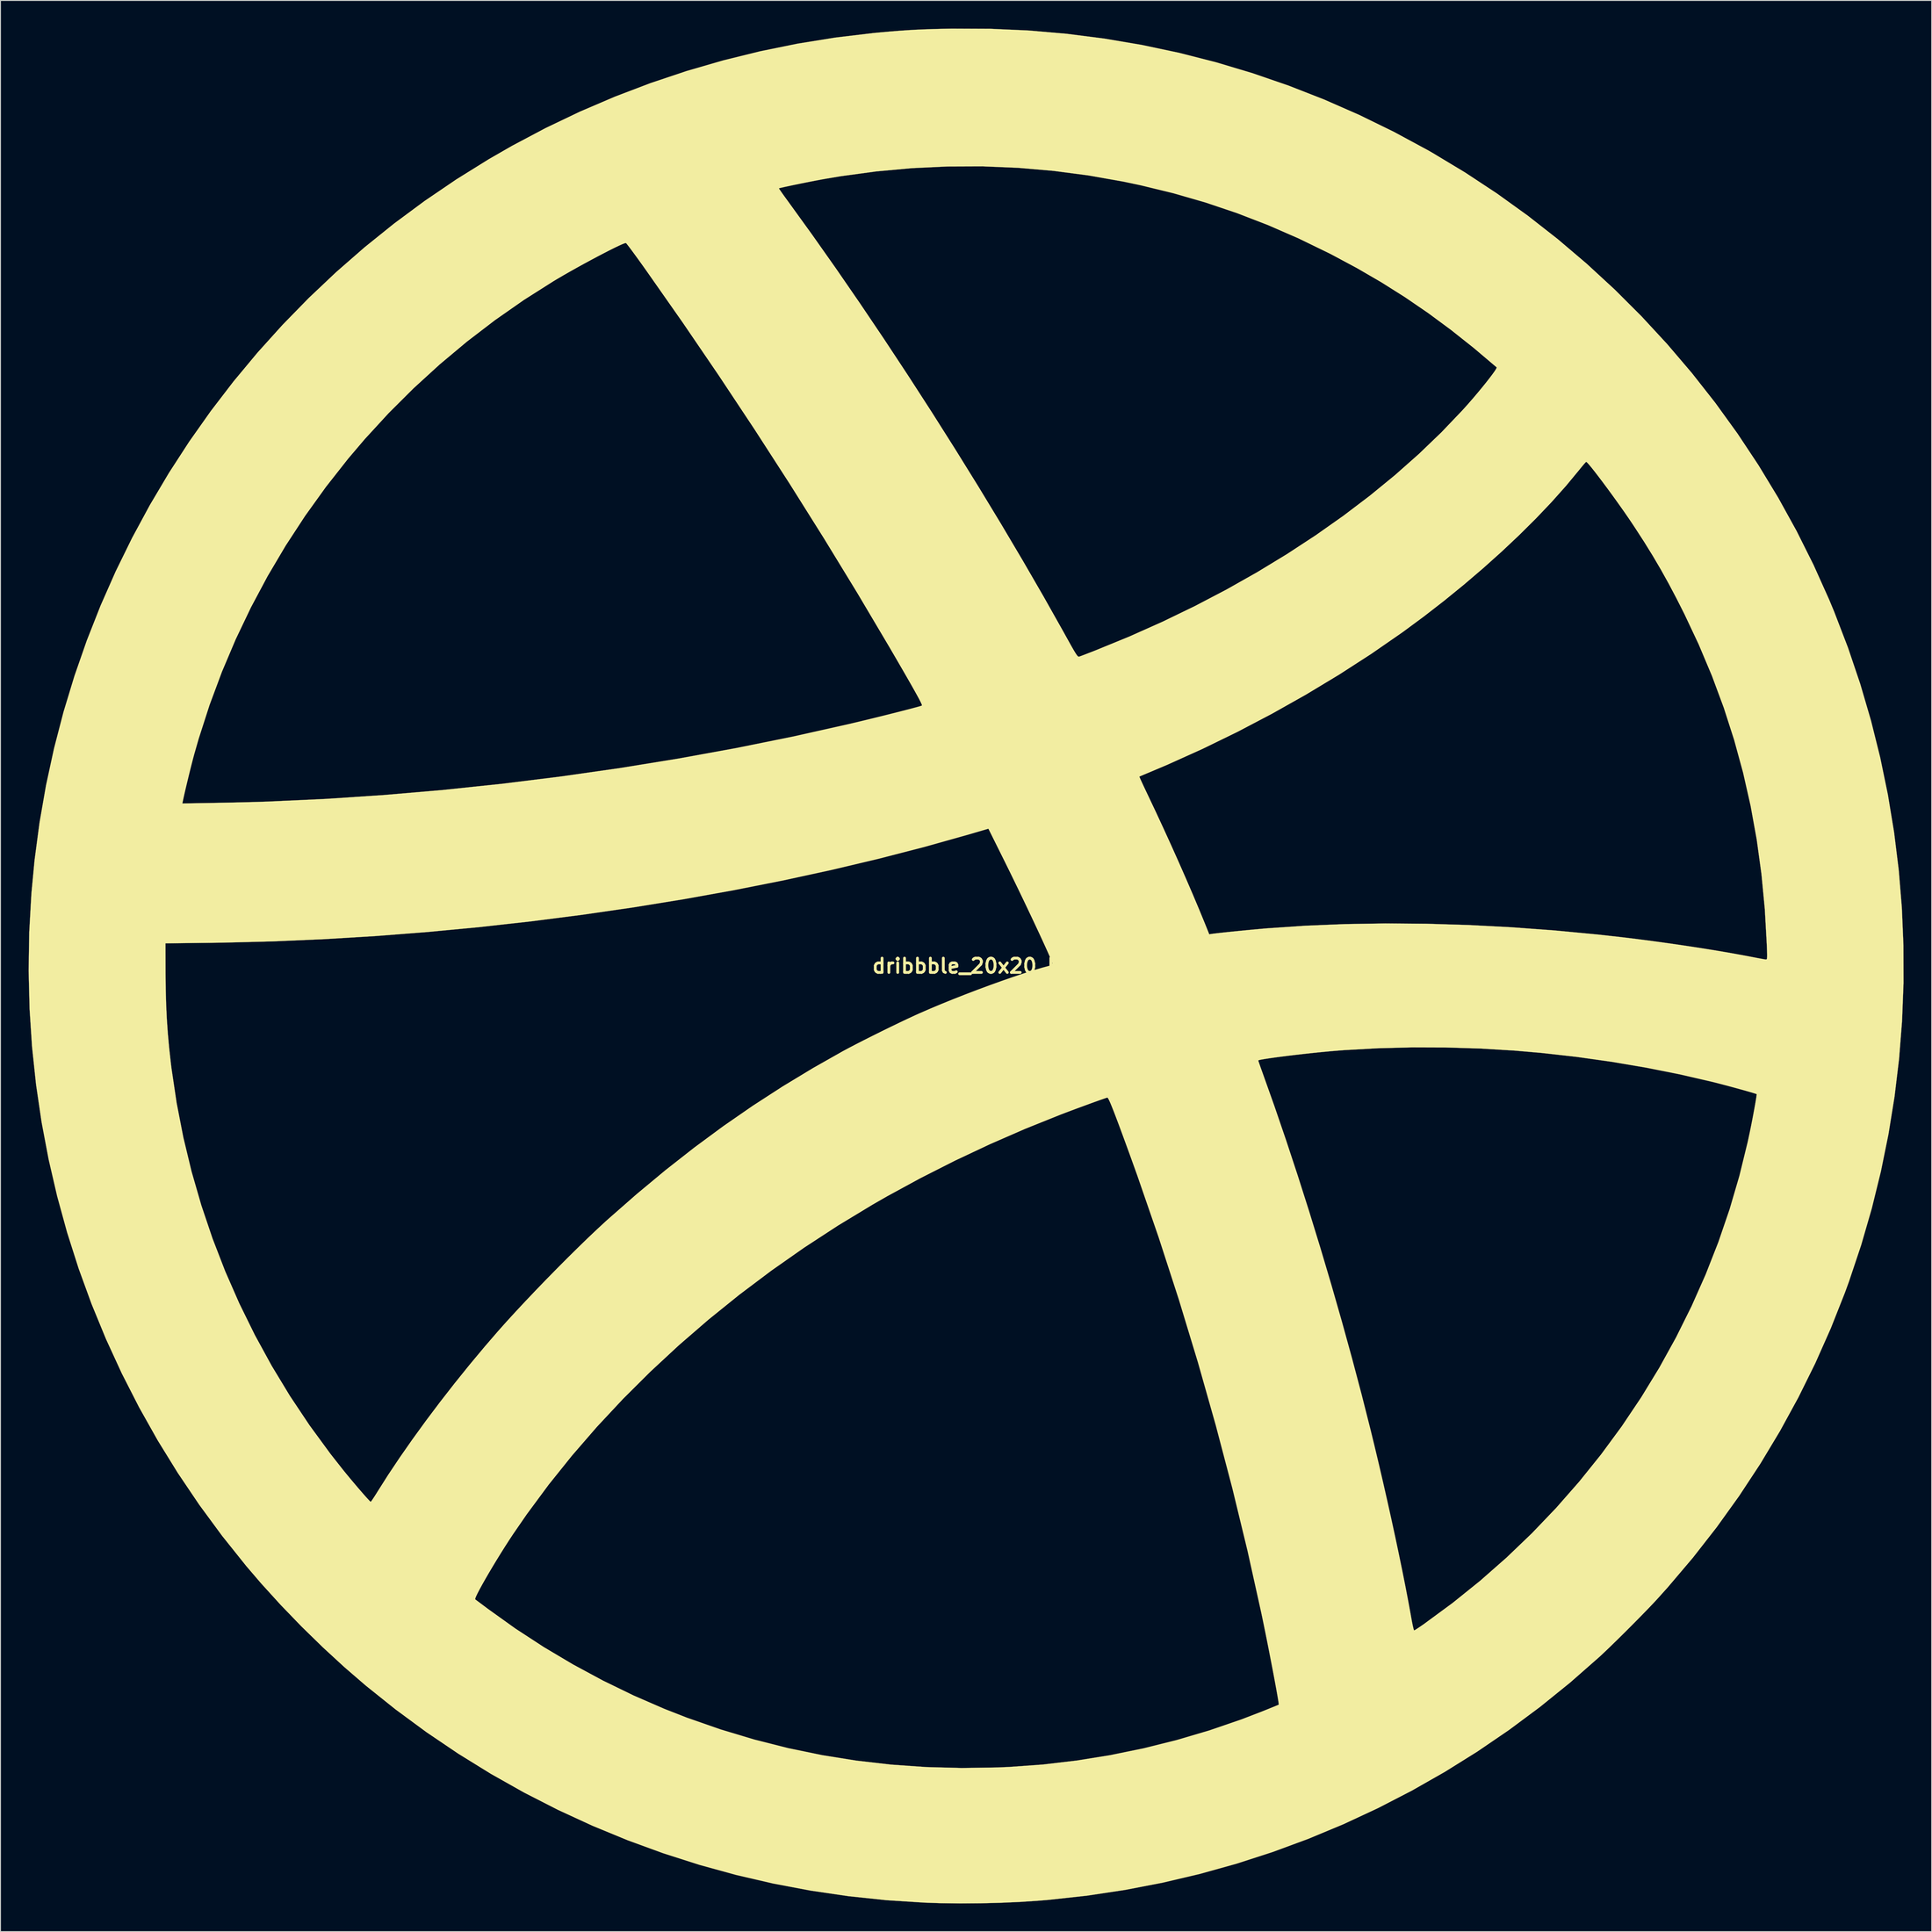
<source format=kicad_pcb>
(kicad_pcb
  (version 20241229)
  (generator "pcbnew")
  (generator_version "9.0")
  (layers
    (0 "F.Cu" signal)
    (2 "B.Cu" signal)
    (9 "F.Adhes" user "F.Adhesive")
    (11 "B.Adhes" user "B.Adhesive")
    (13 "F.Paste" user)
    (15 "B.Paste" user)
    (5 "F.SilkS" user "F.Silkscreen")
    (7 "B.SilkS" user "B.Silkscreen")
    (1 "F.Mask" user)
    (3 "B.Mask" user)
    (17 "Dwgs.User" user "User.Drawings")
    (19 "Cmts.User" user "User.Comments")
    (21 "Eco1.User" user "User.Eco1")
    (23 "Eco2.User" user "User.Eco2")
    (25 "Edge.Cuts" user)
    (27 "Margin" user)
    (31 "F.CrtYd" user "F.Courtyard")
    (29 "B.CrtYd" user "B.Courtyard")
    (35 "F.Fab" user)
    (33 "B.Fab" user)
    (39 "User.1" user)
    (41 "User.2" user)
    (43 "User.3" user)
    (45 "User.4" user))
  (footprint "dribbble_20x20_F"
    (layer "F.Cu")
    (at 99.984 99.968)
    (property "Reference" "dribbble_20x20_F" (at 0 0 0) (layer "F.SilkS") (effects (font (size 1.524 1.524) (thickness 0.3))))
    (attr through_hole)
    (fp_poly (pts (xy 2.571 -99.948) (xy 6.651 -99.766) (xy 10.711 -99.417) (xy 14.745 -98.902) (xy 18.751 -98.223) (xy 22.724 -97.381) (xy 26.659 -96.376) (xy 30.552 -95.21) (xy 34.399 -93.885) (xy 38.195 -92.4) (xy 41.935 -90.758) (xy 45.617 -88.959) (xy 49.234 -87.005) (xy 49.721 -86.728) (xy 53.211 -84.627) (xy 56.606 -82.389) (xy 59.903 -80.017) (xy 63.098 -77.516) (xy 66.187 -74.891) (xy 69.166 -72.145) (xy 72.031 -69.284) (xy 74.778 -66.312) (xy 77.403 -63.233) (xy 79.903 -60.053) (xy 82.272 -56.774) (xy 84.509 -53.402) (xy 86.607 -49.942) (xy 88.565 -46.397) (xy 90.377 -42.773) (xy 92.04 -39.073) (xy 92.583 -37.767) (xy 94.053 -33.94) (xy 95.361 -30.07) (xy 96.506 -26.161) (xy 97.489 -22.22) (xy 98.309 -18.249) (xy 98.967 -14.256) (xy 99.462 -10.244) (xy 99.795 -6.219) (xy 99.965 -2.185) (xy 99.972 1.851) (xy 99.816 5.886) (xy 99.498 9.913) (xy 99.016 13.929) (xy 98.371 17.927) (xy 97.563 21.903) (xy 96.591 25.853) (xy 95.456 29.77) (xy 94.158 33.65) (xy 93.724 34.84) (xy 92.222 38.635) (xy 90.566 42.363) (xy 88.757 46.02) (xy 86.798 49.603) (xy 84.692 53.107) (xy 82.44 56.528) (xy 80.045 59.864) (xy 77.511 63.108) (xy 74.838 66.259) (xy 73.703 67.522) (xy 73.269 67.989) (xy 72.734 68.549) (xy 72.123 69.178) (xy 71.458 69.854) (xy 70.763 70.554) (xy 70.062 71.253) (xy 69.376 71.929) (xy 68.73 72.559) (xy 68.147 73.119) (xy 67.65 73.586) (xy 67.522 73.703) (xy 64.406 76.437) (xy 61.199 79.029) (xy 57.904 81.478) (xy 54.525 83.783) (xy 51.066 85.942) (xy 47.531 87.954) (xy 43.923 89.817) (xy 40.246 91.529) (xy 36.504 93.088) (xy 32.7 94.493) (xy 28.839 95.743) (xy 24.923 96.835) (xy 20.958 97.769) (xy 16.946 98.542) (xy 12.891 99.153) (xy 8.797 99.6) (xy 7.705 99.691) (xy 5.725 99.821) (xy 3.636 99.913) (xy 1.495 99.966) (xy -0.643 99.98) (xy -2.721 99.953) (xy -4.403 99.897) (xy -8.494 99.635) (xy -12.557 99.206) (xy -16.588 98.613) (xy -20.582 97.858) (xy -24.534 96.941) (xy -28.441 95.865) (xy -32.298 94.631) (xy -36.101 93.242) (xy -39.847 91.698) (xy -43.529 90.001) (xy -47.145 88.153) (xy -50.691 86.155) (xy -54.161 84.01) (xy -57.551 81.718) (xy -60.858 79.282) (xy -64.008 76.762) (xy -66.311 74.775) (xy -68.614 72.656) (xy -70.882 70.441) (xy -73.081 68.163) (xy -73.636 67.553) (xy -52.354 67.553) (xy -52.266 67.618) (xy -52.064 67.769) (xy -51.772 67.987) (xy -51.41 68.258) (xy -51.002 68.564) (xy -50.968 68.589) (xy -48.061 70.67) (xy -45.037 72.642) (xy -41.917 74.495) (xy -38.72 76.219) (xy -35.464 77.802) (xy -32.171 79.235) (xy -29.76 80.177) (xy -26.186 81.422) (xy -22.598 82.501) (xy -18.991 83.415) (xy -15.36 84.165) (xy -11.7 84.751) (xy -8.005 85.175) (xy -4.269 85.437) (xy -0.488 85.537) (xy 3.344 85.478) (xy 4.614 85.424) (xy 8.184 85.166) (xy 11.771 84.746) (xy 15.358 84.169) (xy 18.927 83.438) (xy 22.461 82.556) (xy 25.941 81.529) (xy 29.35 80.359) (xy 31.369 79.584) (xy 31.906 79.37) (xy 32.388 79.175) (xy 32.794 79.011) (xy 33.102 78.885) (xy 33.292 78.805) (xy 33.343 78.782) (xy 33.34 78.689) (xy 33.307 78.445) (xy 33.246 78.067) (xy 33.16 77.57) (xy 33.052 76.969) (xy 32.925 76.281) (xy 32.783 75.52) (xy 32.627 74.703) (xy 32.461 73.845) (xy 32.289 72.961) (xy 32.112 72.068) (xy 31.934 71.181) (xy 31.758 70.316) (xy 31.587 69.487) (xy 31.485 69.003) (xy 30.014 62.37) (xy 28.393 55.692) (xy 26.628 48.987) (xy 24.726 42.279) (xy 22.693 35.587) (xy 20.533 28.933) (xy 18.254 22.336) (xy 17.437 20.066) (xy 17.002 18.875) (xy 16.621 17.836) (xy 16.289 16.941) (xy 16.003 16.183) (xy 15.762 15.553) (xy 15.56 15.044) (xy 15.397 14.648) (xy 15.267 14.358) (xy 15.169 14.165) (xy 15.099 14.061) (xy 15.058 14.039) (xy 14.9 14.086) (xy 14.607 14.185) (xy 14.2 14.328) (xy 13.701 14.506) (xy 13.134 14.712) (xy 12.52 14.937) (xy 11.882 15.172) (xy 11.242 15.411) (xy 10.622 15.644) (xy 10.075 15.853) (xy 6.306 17.366) (xy 2.536 19.011) (xy -1.198 20.769) (xy -4.861 22.625) (xy -8.416 24.559) (xy -9.971 25.451) (xy -13.669 27.69) (xy -17.273 30.041) (xy -20.777 32.498) (xy -24.176 35.055) (xy -27.463 37.707) (xy -30.633 40.449) (xy -33.68 43.276) (xy -36.597 46.181) (xy -39.38 49.16) (xy -42.021 52.207) (xy -44.517 55.317) (xy -46.859 58.484) (xy -48.303 60.58) (xy -48.735 61.234) (xy -49.178 61.923) (xy -49.624 62.632) (xy -50.065 63.346) (xy -50.491 64.05) (xy -50.894 64.73) (xy -51.266 65.37) (xy -51.597 65.956) (xy -51.88 66.473) (xy -52.106 66.906) (xy -52.266 67.24) (xy -52.351 67.461) (xy -52.354 67.553) (xy -73.636 67.553) (xy -75.176 65.858) (xy -76.762 64.008) (xy -79.344 60.779) (xy -81.781 57.466) (xy -84.07 54.073) (xy -86.211 50.605) (xy -88.202 47.065) (xy -90.043 43.458) (xy -91.731 39.787) (xy -93.266 36.057) (xy -94.646 32.271) (xy -95.871 28.434) (xy -96.938 24.55) (xy -97.848 20.623) (xy -98.598 16.657) (xy -99.187 12.656) (xy -99.615 8.624) (xy -99.879 4.564) (xy -99.979 0.482) (xy -99.933 -2.413) (xy -85.386 -2.413) (xy -85.377 0.72) (xy -85.36 2.475) (xy -85.315 4.11) (xy -85.241 5.67) (xy -85.135 7.202) (xy -84.993 8.753) (xy -84.813 10.369) (xy -84.745 10.922) (xy -84.194 14.626) (xy -83.479 18.298) (xy -82.602 21.933) (xy -81.564 25.525) (xy -80.368 29.069) (xy -79.018 32.558) (xy -77.514 35.987) (xy -75.86 39.351) (xy -74.058 42.644) (xy -72.11 45.861) (xy -70.019 48.994) (xy -67.787 52.04) (xy -66.446 53.743) (xy -66.058 54.22) (xy -65.65 54.712) (xy -65.238 55.202) (xy -64.838 55.673) (xy -64.463 56.108) (xy -64.129 56.489) (xy -63.851 56.799) (xy -63.644 57.021) (xy -63.523 57.137) (xy -63.5 57.15) (xy -63.437 57.082) (xy -63.304 56.894) (xy -63.116 56.611) (xy -62.892 56.259) (xy -62.777 56.073) (xy -61.646 54.289) (xy -60.398 52.421) (xy -59.049 50.489) (xy -57.616 48.514) (xy -56.112 46.516) (xy -54.555 44.518) (xy -52.96 42.539) (xy -51.343 40.601) (xy -49.915 38.947) (xy -49.031 37.955) (xy -48.055 36.888) (xy -47.007 35.765) (xy -45.907 34.607) (xy -44.775 33.434) (xy -43.629 32.266) (xy -42.491 31.123) (xy -41.379 30.025) (xy -40.313 28.991) (xy -39.313 28.043) (xy -38.399 27.2) (xy -38.227 27.045) (xy -35.136 24.335) (xy -32.061 21.779) (xy -28.983 19.365) (xy -25.886 17.08) (xy -22.752 14.912) (xy -19.564 12.848) (xy -16.305 10.877) (xy -14.893 10.078) (xy 31.157 10.078) (xy 31.185 10.174) (xy 31.261 10.402) (xy 31.376 10.733) (xy 31.521 11.138) (xy 31.63 11.441) (xy 32.875 14.937) (xy 34.12 18.574) (xy 35.358 22.326) (xy 36.581 26.165) (xy 37.781 30.063) (xy 38.949 33.994) (xy 40.077 37.931) (xy 41.157 41.845) (xy 42.181 45.709) (xy 43.14 49.496) (xy 43.551 51.181) (xy 44.012 53.111) (xy 44.467 55.066) (xy 44.913 57.027) (xy 45.346 58.972) (xy 45.761 60.882) (xy 46.154 62.736) (xy 46.52 64.513) (xy 46.855 66.193) (xy 47.155 67.756) (xy 47.416 69.181) (xy 47.47 69.49) (xy 47.554 69.948) (xy 47.634 70.342) (xy 47.704 70.643) (xy 47.757 70.825) (xy 47.782 70.866) (xy 47.874 70.82) (xy 48.077 70.693) (xy 48.364 70.502) (xy 48.708 70.266) (xy 48.84 70.174) (xy 51.885 67.935) (xy 54.819 65.574) (xy 57.639 63.094) (xy 60.343 60.502) (xy 62.926 57.801) (xy 65.387 54.997) (xy 67.72 52.095) (xy 69.923 49.1) (xy 71.993 46.016) (xy 73.927 42.85) (xy 75.72 39.605) (xy 77.37 36.287) (xy 78.874 32.901) (xy 80.228 29.452) (xy 81.428 25.945) (xy 82.472 22.384) (xy 83.356 18.775) (xy 83.605 17.611) (xy 83.724 17.022) (xy 83.843 16.417) (xy 83.957 15.819) (xy 84.062 15.25) (xy 84.154 14.735) (xy 84.229 14.296) (xy 84.282 13.957) (xy 84.31 13.741) (xy 84.311 13.671) (xy 84.214 13.632) (xy 83.977 13.556) (xy 83.622 13.451) (xy 83.174 13.323) (xy 82.654 13.177) (xy 82.087 13.021) (xy 81.496 12.86) (xy 80.904 12.702) (xy 80.333 12.553) (xy 79.809 12.418) (xy 79.587 12.363) (xy 76.107 11.56) (xy 72.514 10.845) (xy 68.842 10.223) (xy 65.128 9.699) (xy 61.406 9.28) (xy 58.462 9.024) (xy 54.852 8.807) (xy 51.195 8.694) (xy 47.534 8.684) (xy 43.912 8.777) (xy 40.374 8.973) (xy 39.709 9.023) (xy 39.019 9.08) (xy 38.272 9.149) (xy 37.485 9.226) (xy 36.675 9.311) (xy 35.86 9.401) (xy 35.057 9.494) (xy 34.283 9.587) (xy 33.557 9.679) (xy 32.894 9.767) (xy 32.314 9.85) (xy 31.833 9.924) (xy 31.468 9.988) (xy 31.237 10.04) (xy 31.157 10.078) (xy -14.893 10.078) (xy -13.166 9.1) (xy -12.52 8.753) (xy -11.751 8.352) (xy -10.889 7.91) (xy -9.963 7.445) (xy -9.006 6.969) (xy -8.046 6.499) (xy -7.115 6.05) (xy -6.243 5.636) (xy -5.461 5.273) (xy -4.953 5.044) (xy -3.826 4.554) (xy -2.623 4.05) (xy -1.366 3.541) (xy -0.076 3.034) (xy 1.226 2.536) (xy 2.52 2.057) (xy 3.783 1.602) (xy 4.996 1.18) (xy 6.137 0.798) (xy 7.184 0.465) (xy 8.118 0.188) (xy 8.848 -0.009) (xy 9.073 -0.087) (xy 9.21 -0.175) (xy 9.229 -0.213) (xy 9.192 -0.341) (xy 9.088 -0.608) (xy 8.92 -1.002) (xy 8.697 -1.51) (xy 8.422 -2.118) (xy 8.104 -2.814) (xy 7.746 -3.586) (xy 7.356 -4.42) (xy 6.94 -5.304) (xy 6.503 -6.225) (xy 6.052 -7.17) (xy 5.592 -8.126) (xy 5.129 -9.081) (xy 4.67 -10.021) (xy 4.22 -10.935) (xy 4.008 -11.362) (xy 2.379 -14.638) (xy 2.142 -14.568) (xy 1.989 -14.524) (xy 1.702 -14.44) (xy 1.313 -14.326) (xy 0.849 -14.19) (xy 0.34 -14.041) (xy 0.296 -14.028) (xy -4.474 -12.687) (xy -9.384 -11.42) (xy -14.418 -10.227) (xy -19.563 -9.11) (xy -24.805 -8.073) (xy -30.128 -7.116) (xy -35.518 -6.242) (xy -40.961 -5.453) (xy -46.442 -4.751) (xy -51.947 -4.139) (xy -57.461 -3.617) (xy -62.971 -3.189) (xy -68.46 -2.856) (xy -73.916 -2.621) (xy -79.323 -2.485) (xy -80.645 -2.467) (xy -85.386 -2.413) (xy -99.933 -2.413) (xy -99.914 -3.619) (xy -99.682 -7.734) (xy -99.35 -11.261) (xy -98.818 -15.287) (xy -98.461 -17.33) (xy -83.585 -17.33) (xy -80.21 -17.387) (xy -79.345 -17.404) (xy -78.425 -17.423) (xy -77.49 -17.444) (xy -76.578 -17.467) (xy -75.728 -17.49) (xy -74.979 -17.513) (xy -74.507 -17.529) (xy -68.329 -17.814) (xy -62.087 -18.228) (xy -55.804 -18.767) (xy -49.501 -19.428) (xy -43.311 -20.194) (xy 18.476 -20.194) (xy 18.504 -20.116) (xy 18.597 -19.904) (xy 18.745 -19.58) (xy 18.939 -19.163) (xy 19.17 -18.673) (xy 19.428 -18.13) (xy 19.438 -18.109) (xy 20.243 -16.409) (xy 21.057 -14.653) (xy 21.871 -12.869) (xy 22.67 -11.084) (xy 23.442 -9.329) (xy 24.175 -7.63) (xy 24.856 -6.015) (xy 25.473 -4.514) (xy 25.631 -4.122) (xy 25.93 -3.376) (xy 26.237 -3.424) (xy 26.475 -3.456) (xy 26.856 -3.5) (xy 27.352 -3.555) (xy 27.938 -3.617) (xy 28.587 -3.684) (xy 29.272 -3.752) (xy 29.967 -3.82) (xy 30.646 -3.885) (xy 31.281 -3.943) (xy 31.848 -3.993) (xy 32.131 -4.017) (xy 36.204 -4.292) (xy 40.398 -4.464) (xy 44.698 -4.533) (xy 49.092 -4.501) (xy 53.565 -4.366) (xy 58.104 -4.131) (xy 62.695 -3.794) (xy 67.325 -3.356) (xy 69.723 -3.091) (xy 71.395 -2.889) (xy 73.123 -2.665) (xy 74.877 -2.424) (xy 76.627 -2.17) (xy 78.343 -1.908) (xy 79.996 -1.642) (xy 81.555 -1.376) (xy 82.99 -1.115) (xy 83.693 -0.981) (xy 84.176 -0.887) (xy 84.608 -0.806) (xy 84.961 -0.741) (xy 85.201 -0.7) (xy 85.292 -0.688) (xy 85.348 -0.692) (xy 85.388 -0.727) (xy 85.414 -0.817) (xy 85.425 -0.983) (xy 85.426 -1.249) (xy 85.416 -1.636) (xy 85.397 -2.168) (xy 85.395 -2.223) (xy 85.181 -6.055) (xy 84.823 -9.803) (xy 84.319 -13.475) (xy 83.667 -17.076) (xy 82.865 -20.617) (xy 81.912 -24.102) (xy 80.805 -27.541) (xy 79.543 -30.941) (xy 78.124 -34.308) (xy 76.617 -37.507) (xy 75.76 -39.203) (xy 74.927 -40.779) (xy 74.093 -42.277) (xy 73.234 -43.739) (xy 72.326 -45.208) (xy 71.343 -46.725) (xy 71.027 -47.202) (xy 70.63 -47.789) (xy 70.197 -48.416) (xy 69.738 -49.067) (xy 69.265 -49.73) (xy 68.788 -50.388) (xy 68.319 -51.027) (xy 67.868 -51.633) (xy 67.446 -52.191) (xy 67.063 -52.688) (xy 66.731 -53.107) (xy 66.461 -53.435) (xy 66.263 -53.657) (xy 66.148 -53.758) (xy 66.133 -53.763) (xy 66.06 -53.701) (xy 65.905 -53.529) (xy 65.687 -53.271) (xy 65.428 -52.953) (xy 65.347 -52.853) (xy 63.967 -51.187) (xy 62.44 -49.475) (xy 60.782 -47.731) (xy 59.005 -45.966) (xy 57.124 -44.193) (xy 55.151 -42.425) (xy 53.101 -40.674) (xy 50.987 -38.952) (xy 48.822 -37.273) (xy 46.621 -35.648) (xy 46.482 -35.548) (xy 43.202 -33.279) (xy 39.785 -31.073) (xy 36.254 -28.944) (xy 32.632 -26.905) (xy 28.944 -24.969) (xy 25.213 -23.15) (xy 21.464 -21.46) (xy 19.727 -20.725) (xy 19.307 -20.55) (xy 18.945 -20.398) (xy 18.669 -20.281) (xy 18.507 -20.21) (xy 18.476 -20.194) (xy -43.311 -20.194) (xy -43.201 -20.208) (xy -36.926 -21.104) (xy -30.698 -22.114) (xy -24.538 -23.235) (xy -18.471 -24.462) (xy -12.531 -25.791) (xy -11.755 -25.975) (xy -10.947 -26.169) (xy -10.122 -26.369) (xy -9.299 -26.571) (xy -8.494 -26.771) (xy -7.723 -26.965) (xy -7.004 -27.147) (xy -6.353 -27.315) (xy -5.787 -27.463) (xy -5.323 -27.587) (xy -4.978 -27.684) (xy -4.769 -27.748) (xy -4.711 -27.772) (xy -4.712 -27.828) (xy -4.76 -27.958) (xy -4.859 -28.17) (xy -5.013 -28.47) (xy -5.227 -28.865) (xy -5.503 -29.362) (xy -5.845 -29.969) (xy -6.258 -30.691) (xy -6.745 -31.536) (xy -7.31 -32.511) (xy -7.957 -33.622) (xy -8.174 -33.994) (xy -11.599 -39.772) (xy -15.155 -45.593) (xy -18.817 -51.423) (xy -22.566 -57.229) (xy -26.378 -62.976) (xy -30.233 -68.632) (xy -34.109 -74.162) (xy -34.525 -74.747) (xy -34.921 -75.299) (xy -35.29 -75.806) (xy -35.618 -76.253) (xy -35.893 -76.622) (xy -36.105 -76.896) (xy -36.239 -77.061) (xy -36.281 -77.101) (xy -36.402 -77.08) (xy -36.655 -76.983) (xy -37.022 -76.818) (xy -37.49 -76.594) (xy -38.042 -76.318) (xy -38.662 -76) (xy -39.335 -75.648) (xy -40.045 -75.269) (xy -40.777 -74.873) (xy -41.514 -74.467) (xy -42.241 -74.059) (xy -42.942 -73.658) (xy -43.602 -73.272) (xy -43.984 -73.044) (xy -47.155 -71.033) (xy -50.242 -68.877) (xy -53.237 -66.584) (xy -56.132 -64.161) (xy -58.919 -61.616) (xy -61.589 -58.955) (xy -64.133 -56.186) (xy -65.905 -54.102) (xy -68.271 -51.095) (xy -70.493 -48.002) (xy -72.568 -44.827) (xy -74.494 -41.572) (xy -76.271 -38.242) (xy -77.897 -34.839) (xy -79.369 -31.367) (xy -80.687 -27.828) (xy -81.848 -24.227) (xy -82.325 -22.564) (xy -82.453 -22.087) (xy -82.603 -21.503) (xy -82.768 -20.85) (xy -82.937 -20.162) (xy -83.103 -19.476) (xy -83.257 -18.828) (xy -83.389 -18.254) (xy -83.491 -17.791) (xy -83.527 -17.618) (xy -83.585 -17.33) (xy -98.461 -17.33) (xy -98.123 -19.271) (xy -97.268 -23.21) (xy -96.257 -27.099) (xy -95.091 -30.935) (xy -93.774 -34.712) (xy -92.309 -38.427) (xy -90.698 -42.076) (xy -88.943 -45.654) (xy -87.049 -49.158) (xy -85.017 -52.583) (xy -82.85 -55.925) (xy -80.551 -59.18) (xy -78.124 -62.344) (xy -75.569 -65.412) (xy -72.892 -68.381) (xy -70.093 -71.247) (xy -67.176 -74.004) (xy -64.144 -76.65) (xy -60.999 -79.18) (xy -57.745 -81.59) (xy -55.771 -82.931) (xy -19.965 -82.931) (xy -19.925 -82.859) (xy -19.798 -82.672) (xy -19.6 -82.388) (xy -19.344 -82.03) (xy -19.044 -81.617) (xy -18.944 -81.48) (xy -16.439 -78.014) (xy -13.896 -74.409) (xy -11.332 -70.686) (xy -8.76 -66.87) (xy -6.194 -62.981) (xy -3.648 -59.042) (xy -1.138 -55.075) (xy 1.324 -51.104) (xy 3.722 -47.15) (xy 6.042 -43.235) (xy 8.271 -39.382) (xy 10.393 -35.613) (xy 10.623 -35.198) (xy 10.98 -34.555) (xy 11.265 -34.046) (xy 11.489 -33.657) (xy 11.662 -33.372) (xy 11.792 -33.177) (xy 11.889 -33.056) (xy 11.963 -32.996) (xy 12.024 -32.981) (xy 12.056 -32.987) (xy 12.187 -33.034) (xy 12.45 -33.132) (xy 12.814 -33.272) (xy 13.255 -33.442) (xy 13.743 -33.632) (xy 13.801 -33.655) (xy 17.407 -35.131) (xy 20.942 -36.709) (xy 24.399 -38.382) (xy 27.769 -40.146) (xy 31.045 -41.996) (xy 34.219 -43.926) (xy 37.283 -45.931) (xy 40.23 -48.007) (xy 43.052 -50.148) (xy 45.741 -52.349) (xy 48.289 -54.605) (xy 50.689 -56.911) (xy 52.932 -59.262) (xy 53.13 -59.48) (xy 53.613 -60.022) (xy 54.097 -60.58) (xy 54.57 -61.139) (xy 55.022 -61.684) (xy 55.439 -62.201) (xy 55.809 -62.673) (xy 56.121 -63.085) (xy 56.363 -63.423) (xy 56.522 -63.671) (xy 56.586 -63.814) (xy 56.582 -63.84) (xy 54.131 -65.915) (xy 51.7 -67.843) (xy 49.265 -69.641) (xy 46.801 -71.326) (xy 44.283 -72.914) (xy 41.688 -74.421) (xy 38.991 -75.866) (xy 38.735 -75.997) (xy 35.459 -77.59) (xy 32.177 -79.02) (xy 28.872 -80.295) (xy 25.522 -81.423) (xy 22.109 -82.408) (xy 18.614 -83.259) (xy 16.764 -83.649) (xy 13.051 -84.306) (xy 9.314 -84.796) (xy 5.558 -85.119) (xy 1.787 -85.275) (xy -1.994 -85.263) (xy -5.783 -85.084) (xy -9.574 -84.738) (xy -13.364 -84.225) (xy -15.059 -83.94) (xy -15.519 -83.857) (xy -16.047 -83.756) (xy -16.62 -83.645) (xy -17.214 -83.527) (xy -17.806 -83.407) (xy -18.371 -83.291) (xy -18.885 -83.183) (xy -19.326 -83.088) (xy -19.669 -83.01) (xy -19.89 -82.956) (xy -19.965 -82.931) (xy -55.771 -82.931) (xy -54.383 -83.875) (xy -50.917 -86.032) (xy -48.429 -87.463) (xy -44.845 -89.362) (xy -41.184 -91.112) (xy -37.452 -92.71) (xy -33.657 -94.155) (xy -29.804 -95.445) (xy -25.901 -96.577) (xy -21.954 -97.55) (xy -17.97 -98.362) (xy -13.955 -99.009) (xy -9.917 -99.491) (xy -9.186 -99.561) (xy -8.112 -99.655) (xy -7.143 -99.733) (xy -6.238 -99.796) (xy -5.358 -99.847) (xy -4.461 -99.887) (xy -3.508 -99.919) (xy -2.459 -99.945) (xy -1.524 -99.963) (xy 2.571 -99.948)) (stroke (width 0.01) (type solid)) (fill yes) (layer "F.SilkS")))
  (gr_rect
    (start -3 -3)
    (end 202.961 202.953)
    (stroke (width 0.1) (type default))
    (fill no)
    (layer "Edge.Cuts")))
</source>
